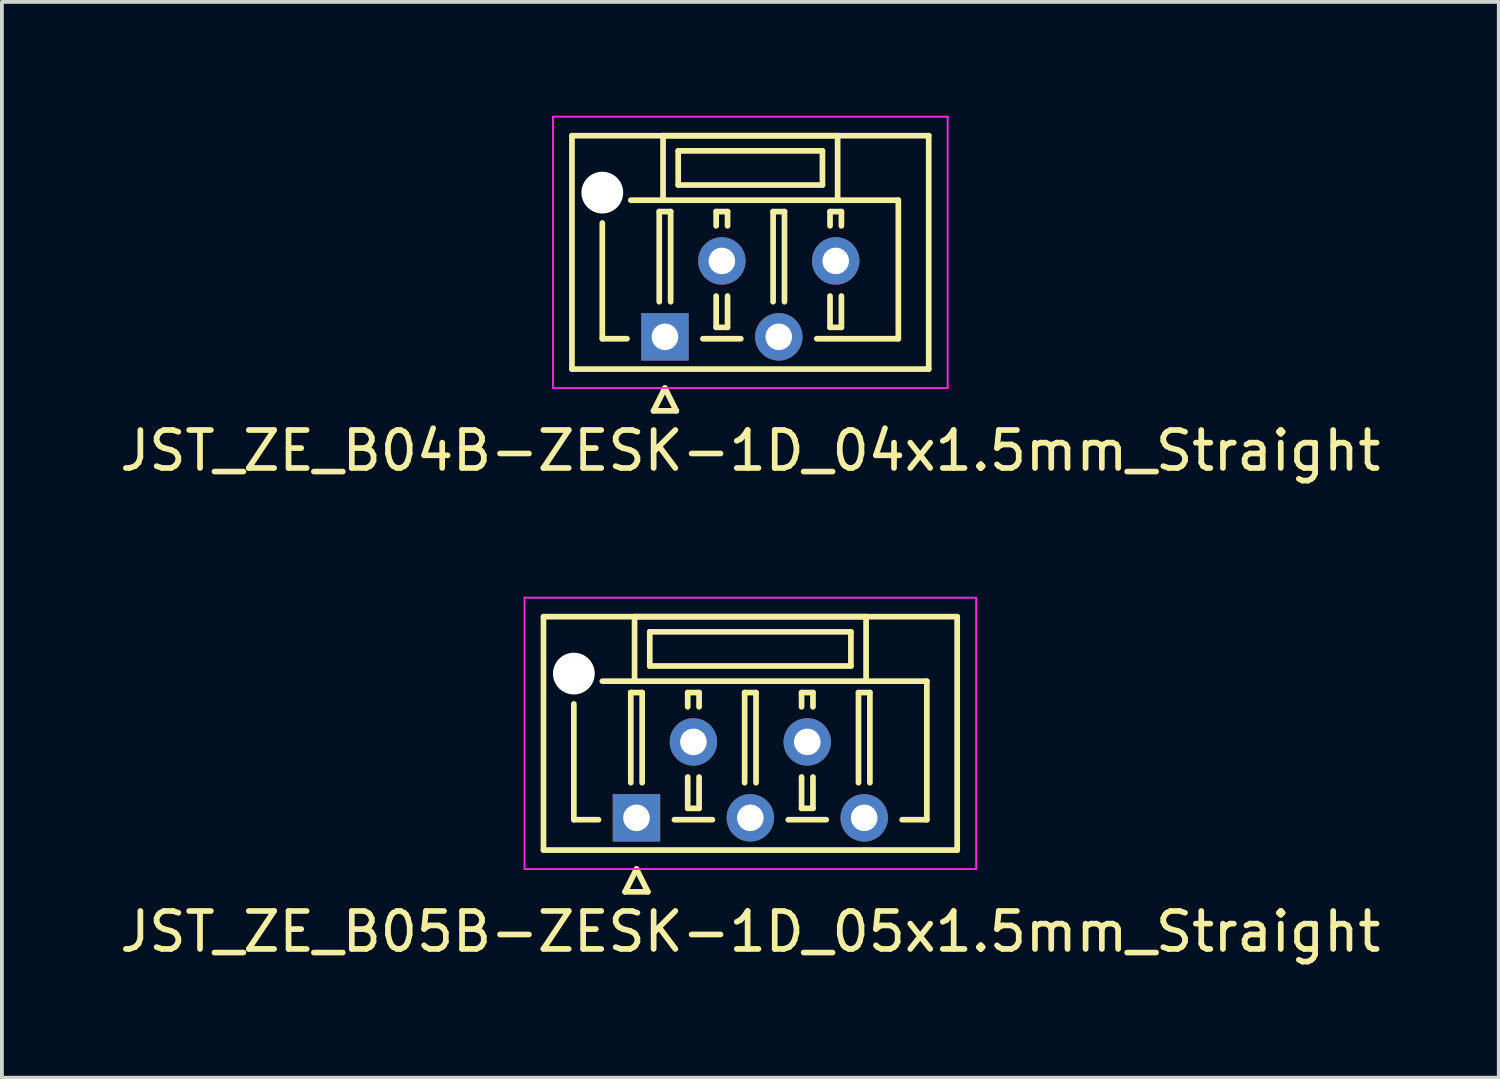
<source format=kicad_pcb>
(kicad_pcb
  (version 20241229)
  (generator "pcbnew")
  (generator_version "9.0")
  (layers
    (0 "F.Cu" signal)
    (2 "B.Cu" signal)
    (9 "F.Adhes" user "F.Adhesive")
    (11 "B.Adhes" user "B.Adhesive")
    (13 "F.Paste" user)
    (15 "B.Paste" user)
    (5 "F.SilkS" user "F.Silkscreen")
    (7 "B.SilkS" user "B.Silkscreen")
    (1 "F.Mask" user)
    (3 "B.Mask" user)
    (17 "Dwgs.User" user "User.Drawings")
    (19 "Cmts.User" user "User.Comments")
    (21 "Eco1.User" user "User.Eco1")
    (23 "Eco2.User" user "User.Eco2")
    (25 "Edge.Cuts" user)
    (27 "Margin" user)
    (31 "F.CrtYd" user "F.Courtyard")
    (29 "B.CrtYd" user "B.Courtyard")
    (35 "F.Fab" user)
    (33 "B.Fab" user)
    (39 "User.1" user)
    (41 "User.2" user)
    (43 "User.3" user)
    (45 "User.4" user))
  (footprint "JST_ZE_B05B-ZESK-1D_05x1.5mm_Straight"
    (layer "F.Cu")
    (at 13.72 18.498)
    (property "Reference" "JST_ZE_B05B-ZESK-1D_05x1.5mm_Straight" (at 3 3 0) (layer "F.SilkS") (effects (font (size 1 1) (thickness 0.15))))
    (attr through_hole)
    (fp_line (start -2.45 -5.3) (end -2.45 0.85) (stroke (width 0.15) (type solid)) (layer "F.SilkS"))
    (fp_line (start -2.45 0.85) (end 8.45 0.85) (stroke (width 0.15) (type solid)) (layer "F.SilkS"))
    (fp_line (start -1.65 -3) (end -1.65 0.05) (stroke (width 0.15) (type solid)) (layer "F.SilkS"))
    (fp_line (start -1.65 0.05) (end -1 0.05) (stroke (width 0.15) (type solid)) (layer "F.SilkS"))
    (fp_line (start -0.3 1.95) (end 0 1.35) (stroke (width 0.15) (type solid)) (layer "F.SilkS"))
    (fp_line (start -0.15 -3.3) (end 0.15 -3.3) (stroke (width 0.15) (type solid)) (layer "F.SilkS"))
    (fp_line (start -0.15 -0.925) (end -0.15 -3.3) (stroke (width 0.15) (type solid)) (layer "F.SilkS"))
    (fp_line (start -0.05 -5.3) (end -0.05 -3.6) (stroke (width 0.15) (type solid)) (layer "F.SilkS"))
    (fp_line (start -0.05 -3.6) (end -0.9 -3.6) (stroke (width 0.15) (type solid)) (layer "F.SilkS"))
    (fp_line (start -0.05 -3.6) (end 6.05 -3.6) (stroke (width 0.15) (type solid)) (layer "F.SilkS"))
    (fp_line (start 0 1.35) (end 0.3 1.95) (stroke (width 0.15) (type solid)) (layer "F.SilkS"))
    (fp_line (start 0.15 -3.3) (end 0.15 -0.925) (stroke (width 0.15) (type solid)) (layer "F.SilkS"))
    (fp_line (start 0.3 1.95) (end -0.3 1.95) (stroke (width 0.15) (type solid)) (layer "F.SilkS"))
    (fp_line (start 0.35 -4.9) (end 0.35 -4) (stroke (width 0.15) (type solid)) (layer "F.SilkS"))
    (fp_line (start 0.35 -4) (end 5.65 -4) (stroke (width 0.15) (type solid)) (layer "F.SilkS"))
    (fp_line (start 1 0.05) (end 2 0.05) (stroke (width 0.15) (type solid)) (layer "F.SilkS"))
    (fp_line (start 1.35 -3.3) (end 1.65 -3.3) (stroke (width 0.15) (type solid)) (layer "F.SilkS"))
    (fp_line (start 1.35 -2.925) (end 1.35 -3.3) (stroke (width 0.15) (type solid)) (layer "F.SilkS"))
    (fp_line (start 1.35 -1.075) (end 1.35 -0.25) (stroke (width 0.15) (type solid)) (layer "F.SilkS"))
    (fp_line (start 1.35 -0.25) (end 1.65 -0.25) (stroke (width 0.15) (type solid)) (layer "F.SilkS"))
    (fp_line (start 1.65 -3.3) (end 1.65 -2.925) (stroke (width 0.15) (type solid)) (layer "F.SilkS"))
    (fp_line (start 1.65 -0.25) (end 1.65 -1.075) (stroke (width 0.15) (type solid)) (layer "F.SilkS"))
    (fp_line (start 2.85 -3.3) (end 3.15 -3.3) (stroke (width 0.15) (type solid)) (layer "F.SilkS"))
    (fp_line (start 2.85 -0.925) (end 2.85 -3.3) (stroke (width 0.15) (type solid)) (layer "F.SilkS"))
    (fp_line (start 3.15 -3.3) (end 3.15 -0.925) (stroke (width 0.15) (type solid)) (layer "F.SilkS"))
    (fp_line (start 4 0.05) (end 5 0.05) (stroke (width 0.15) (type solid)) (layer "F.SilkS"))
    (fp_line (start 4.35 -3.3) (end 4.65 -3.3) (stroke (width 0.15) (type solid)) (layer "F.SilkS"))
    (fp_line (start 4.35 -2.925) (end 4.35 -3.3) (stroke (width 0.15) (type solid)) (layer "F.SilkS"))
    (fp_line (start 4.35 -1.075) (end 4.35 -0.25) (stroke (width 0.15) (type solid)) (layer "F.SilkS"))
    (fp_line (start 4.35 -0.25) (end 4.65 -0.25) (stroke (width 0.15) (type solid)) (layer "F.SilkS"))
    (fp_line (start 4.65 -3.3) (end 4.65 -2.925) (stroke (width 0.15) (type solid)) (layer "F.SilkS"))
    (fp_line (start 4.65 -0.25) (end 4.65 -1.075) (stroke (width 0.15) (type solid)) (layer "F.SilkS"))
    (fp_line (start 5.65 -4.9) (end 0.35 -4.9) (stroke (width 0.15) (type solid)) (layer "F.SilkS"))
    (fp_line (start 5.65 -4) (end 5.65 -4.9) (stroke (width 0.15) (type solid)) (layer "F.SilkS"))
    (fp_line (start 5.85 -3.3) (end 6.15 -3.3) (stroke (width 0.15) (type solid)) (layer "F.SilkS"))
    (fp_line (start 5.85 -0.925) (end 5.85 -3.3) (stroke (width 0.15) (type solid)) (layer "F.SilkS"))
    (fp_line (start 6.05 -5.3) (end -0.05 -5.3) (stroke (width 0.15) (type solid)) (layer "F.SilkS"))
    (fp_line (start 6.05 -3.6) (end 6.05 -5.3) (stroke (width 0.15) (type solid)) (layer "F.SilkS"))
    (fp_line (start 6.05 -3.6) (end 7.65 -3.6) (stroke (width 0.15) (type solid)) (layer "F.SilkS"))
    (fp_line (start 6.15 -3.3) (end 6.15 -0.925) (stroke (width 0.15) (type solid)) (layer "F.SilkS"))
    (fp_line (start 7.65 -3.6) (end 7.65 0.05) (stroke (width 0.15) (type solid)) (layer "F.SilkS"))
    (fp_line (start 7.65 0.05) (end 7 0.05) (stroke (width 0.15) (type solid)) (layer "F.SilkS"))
    (fp_line (start 8.45 -5.3) (end -2.45 -5.3) (stroke (width 0.15) (type solid)) (layer "F.SilkS"))
    (fp_line (start 8.45 0.85) (end 8.45 -5.3) (stroke (width 0.15) (type solid)) (layer "F.SilkS"))
    (fp_line (start -2.95 -5.8) (end -2.95 1.35) (stroke (width 0.05) (type solid)) (layer "F.CrtYd"))
    (fp_line (start -2.95 1.35) (end 8.95 1.35) (stroke (width 0.05) (type solid)) (layer "F.CrtYd"))
    (fp_line (start 8.95 -5.8) (end -2.95 -5.8) (stroke (width 0.05) (type solid)) (layer "F.CrtYd"))
    (fp_line (start 8.95 1.35) (end 8.95 -5.8) (stroke (width 0.05) (type solid)) (layer "F.CrtYd"))
    (pad "" np_thru_hole circle (at -1.65 -3.8) (size 1.1 1.1) (drill 1.1) (layers "*.Cu"))
    (pad "1" thru_hole rect (at 0 0) (size 1.25 1.25) (drill 0.7) (layers "*.Cu" "*.Mask"))
    (pad "2" thru_hole circle (at 1.5 -2) (size 1.25 1.25) (drill 0.7) (layers "*.Cu" "*.Mask"))
    (pad "3" thru_hole circle (at 3 0) (size 1.25 1.25) (drill 0.7) (layers "*.Cu" "*.Mask"))
    (pad "4" thru_hole circle (at 4.5 -2) (size 1.25 1.25) (drill 0.7) (layers "*.Cu" "*.Mask"))
    (pad "5" thru_hole circle (at 6 0) (size 1.25 1.25) (drill 0.7) (layers "*.Cu" "*.Mask")))
  (footprint "JST_ZE_B04B-ZESK-1D_04x1.5mm_Straight"
    (layer "F.Cu")
    (at 14.47 5.825)
    (property "Reference" "JST_ZE_B04B-ZESK-1D_04x1.5mm_Straight" (at 2.25 3 0) (layer "F.SilkS") (effects (font (size 1 1) (thickness 0.15))))
    (attr through_hole)
    (fp_line (start -2.45 -5.3) (end -2.45 0.85) (stroke (width 0.15) (type solid)) (layer "F.SilkS"))
    (fp_line (start -2.45 0.85) (end 6.95 0.85) (stroke (width 0.15) (type solid)) (layer "F.SilkS"))
    (fp_line (start -1.65 -3) (end -1.65 0.05) (stroke (width 0.15) (type solid)) (layer "F.SilkS"))
    (fp_line (start -1.65 0.05) (end -1 0.05) (stroke (width 0.15) (type solid)) (layer "F.SilkS"))
    (fp_line (start -0.3 1.95) (end 0 1.35) (stroke (width 0.15) (type solid)) (layer "F.SilkS"))
    (fp_line (start -0.15 -3.3) (end 0.15 -3.3) (stroke (width 0.15) (type solid)) (layer "F.SilkS"))
    (fp_line (start -0.15 -0.925) (end -0.15 -3.3) (stroke (width 0.15) (type solid)) (layer "F.SilkS"))
    (fp_line (start -0.05 -5.3) (end -0.05 -3.6) (stroke (width 0.15) (type solid)) (layer "F.SilkS"))
    (fp_line (start -0.05 -3.6) (end -0.9 -3.6) (stroke (width 0.15) (type solid)) (layer "F.SilkS"))
    (fp_line (start -0.05 -3.6) (end 4.55 -3.6) (stroke (width 0.15) (type solid)) (layer "F.SilkS"))
    (fp_line (start 0 1.35) (end 0.3 1.95) (stroke (width 0.15) (type solid)) (layer "F.SilkS"))
    (fp_line (start 0.15 -3.3) (end 0.15 -0.925) (stroke (width 0.15) (type solid)) (layer "F.SilkS"))
    (fp_line (start 0.3 1.95) (end -0.3 1.95) (stroke (width 0.15) (type solid)) (layer "F.SilkS"))
    (fp_line (start 0.35 -4.9) (end 0.35 -4) (stroke (width 0.15) (type solid)) (layer "F.SilkS"))
    (fp_line (start 0.35 -4) (end 4.15 -4) (stroke (width 0.15) (type solid)) (layer "F.SilkS"))
    (fp_line (start 1 0.05) (end 2 0.05) (stroke (width 0.15) (type solid)) (layer "F.SilkS"))
    (fp_line (start 1.35 -3.3) (end 1.65 -3.3) (stroke (width 0.15) (type solid)) (layer "F.SilkS"))
    (fp_line (start 1.35 -2.925) (end 1.35 -3.3) (stroke (width 0.15) (type solid)) (layer "F.SilkS"))
    (fp_line (start 1.35 -1.075) (end 1.35 -0.25) (stroke (width 0.15) (type solid)) (layer "F.SilkS"))
    (fp_line (start 1.35 -0.25) (end 1.65 -0.25) (stroke (width 0.15) (type solid)) (layer "F.SilkS"))
    (fp_line (start 1.65 -3.3) (end 1.65 -2.925) (stroke (width 0.15) (type solid)) (layer "F.SilkS"))
    (fp_line (start 1.65 -0.25) (end 1.65 -1.075) (stroke (width 0.15) (type solid)) (layer "F.SilkS"))
    (fp_line (start 2.85 -3.3) (end 3.15 -3.3) (stroke (width 0.15) (type solid)) (layer "F.SilkS"))
    (fp_line (start 2.85 -0.925) (end 2.85 -3.3) (stroke (width 0.15) (type solid)) (layer "F.SilkS"))
    (fp_line (start 3.15 -3.3) (end 3.15 -0.925) (stroke (width 0.15) (type solid)) (layer "F.SilkS"))
    (fp_line (start 4.15 -4.9) (end 0.35 -4.9) (stroke (width 0.15) (type solid)) (layer "F.SilkS"))
    (fp_line (start 4.15 -4) (end 4.15 -4.9) (stroke (width 0.15) (type solid)) (layer "F.SilkS"))
    (fp_line (start 4.35 -3.3) (end 4.65 -3.3) (stroke (width 0.15) (type solid)) (layer "F.SilkS"))
    (fp_line (start 4.35 -2.925) (end 4.35 -3.3) (stroke (width 0.15) (type solid)) (layer "F.SilkS"))
    (fp_line (start 4.35 -1.075) (end 4.35 -0.25) (stroke (width 0.15) (type solid)) (layer "F.SilkS"))
    (fp_line (start 4.35 -0.25) (end 4.65 -0.25) (stroke (width 0.15) (type solid)) (layer "F.SilkS"))
    (fp_line (start 4.55 -5.3) (end -0.05 -5.3) (stroke (width 0.15) (type solid)) (layer "F.SilkS"))
    (fp_line (start 4.55 -3.6) (end 4.55 -5.3) (stroke (width 0.15) (type solid)) (layer "F.SilkS"))
    (fp_line (start 4.55 -3.6) (end 6.15 -3.6) (stroke (width 0.15) (type solid)) (layer "F.SilkS"))
    (fp_line (start 4.65 -3.3) (end 4.65 -2.925) (stroke (width 0.15) (type solid)) (layer "F.SilkS"))
    (fp_line (start 4.65 -0.25) (end 4.65 -1.075) (stroke (width 0.15) (type solid)) (layer "F.SilkS"))
    (fp_line (start 6.15 -3.6) (end 6.15 0.05) (stroke (width 0.15) (type solid)) (layer "F.SilkS"))
    (fp_line (start 6.15 0.05) (end 4 0.05) (stroke (width 0.15) (type solid)) (layer "F.SilkS"))
    (fp_line (start 6.95 -5.3) (end -2.45 -5.3) (stroke (width 0.15) (type solid)) (layer "F.SilkS"))
    (fp_line (start 6.95 0.85) (end 6.95 -5.3) (stroke (width 0.15) (type solid)) (layer "F.SilkS"))
    (fp_line (start -2.95 -5.8) (end -2.95 1.35) (stroke (width 0.05) (type solid)) (layer "F.CrtYd"))
    (fp_line (start -2.95 1.35) (end 7.45 1.35) (stroke (width 0.05) (type solid)) (layer "F.CrtYd"))
    (fp_line (start 7.45 -5.8) (end -2.95 -5.8) (stroke (width 0.05) (type solid)) (layer "F.CrtYd"))
    (fp_line (start 7.45 1.35) (end 7.45 -5.8) (stroke (width 0.05) (type solid)) (layer "F.CrtYd"))
    (pad "" np_thru_hole circle (at -1.65 -3.8) (size 1.1 1.1) (drill 1.1) (layers "*.Cu"))
    (pad "1" thru_hole rect (at 0 0) (size 1.25 1.25) (drill 0.7) (layers "*.Cu" "*.Mask"))
    (pad "2" thru_hole circle (at 1.5 -2) (size 1.25 1.25) (drill 0.7) (layers "*.Cu" "*.Mask"))
    (pad "3" thru_hole circle (at 3 0) (size 1.25 1.25) (drill 0.7) (layers "*.Cu" "*.Mask"))
    (pad "4" thru_hole circle (at 4.5 -2) (size 1.25 1.25) (drill 0.7) (layers "*.Cu" "*.Mask")))
  (gr_rect
    (start -3 -3)
    (end 36.44 25.346)
    (stroke (width 0.1) (type default))
    (fill no)
    (layer "Edge.Cuts")))
</source>
